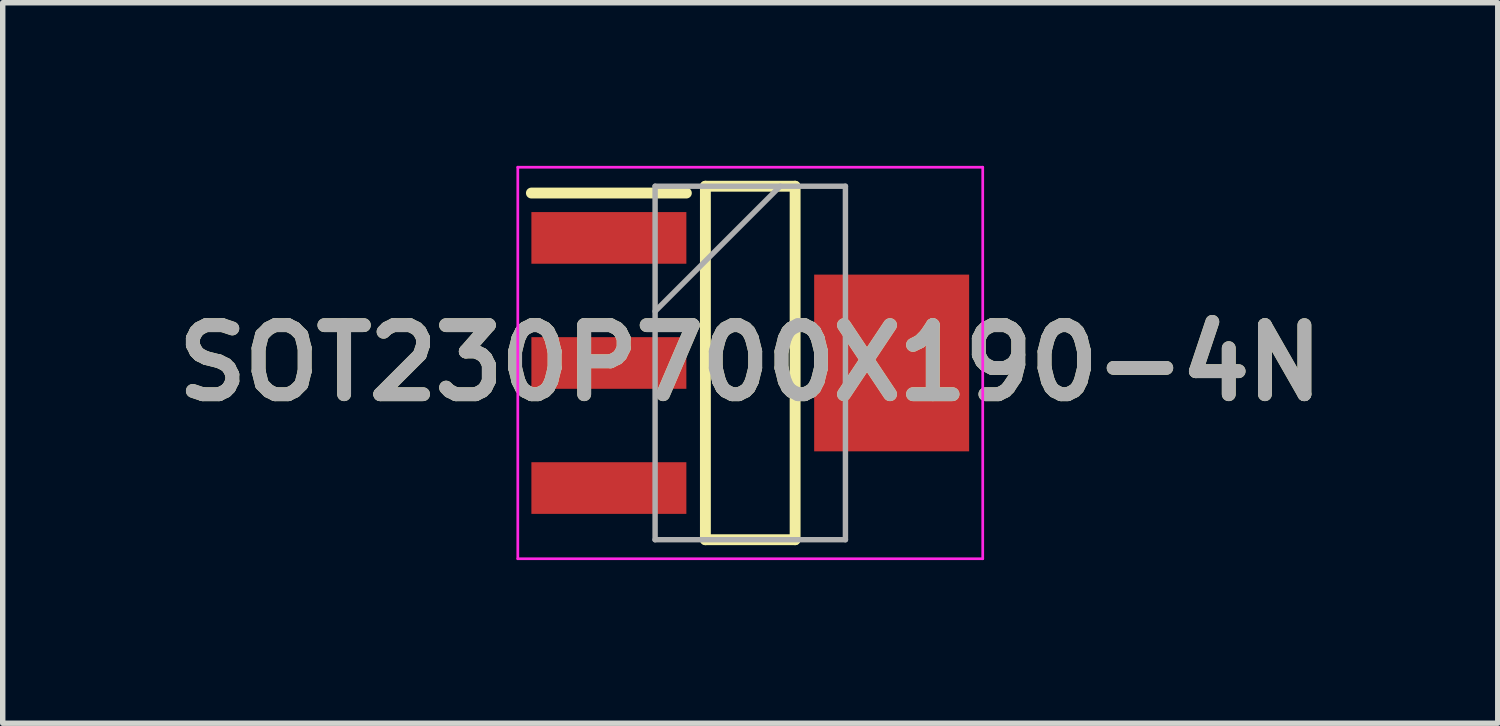
<source format=kicad_pcb>
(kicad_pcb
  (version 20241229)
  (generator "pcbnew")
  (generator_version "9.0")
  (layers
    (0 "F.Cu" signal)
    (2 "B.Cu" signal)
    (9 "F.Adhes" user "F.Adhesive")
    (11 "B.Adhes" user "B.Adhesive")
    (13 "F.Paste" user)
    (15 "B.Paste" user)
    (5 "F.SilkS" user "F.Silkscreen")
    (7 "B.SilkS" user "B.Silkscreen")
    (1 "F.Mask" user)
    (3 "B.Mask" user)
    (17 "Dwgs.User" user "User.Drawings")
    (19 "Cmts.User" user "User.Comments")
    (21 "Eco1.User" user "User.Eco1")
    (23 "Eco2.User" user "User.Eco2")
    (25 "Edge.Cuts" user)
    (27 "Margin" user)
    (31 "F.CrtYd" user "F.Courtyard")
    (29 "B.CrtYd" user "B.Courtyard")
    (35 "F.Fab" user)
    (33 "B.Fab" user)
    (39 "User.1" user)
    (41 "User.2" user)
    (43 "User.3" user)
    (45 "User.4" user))
  (footprint "SOT230P700X190-4N"
    (layer "F.Cu")
    (at 10.747 3.625)
    (property "Reference" "SOT230P700X190-4N" (at 0 0 0) (layer "F.SilkS") (effects (font (size 1.27 1.27) (thickness 0.254))))
    (attr smd)
    (fp_line (start -4.025 -3.125) (end -1.175 -3.125) (stroke (width 0.2) (type solid)) (layer "F.SilkS"))
    (fp_line (start -0.825 -3.25) (end 0.825 -3.25) (stroke (width 0.2) (type solid)) (layer "F.SilkS"))
    (fp_line (start -0.825 3.25) (end -0.825 -3.25) (stroke (width 0.2) (type solid)) (layer "F.SilkS"))
    (fp_line (start 0.825 -3.25) (end 0.825 3.25) (stroke (width 0.2) (type solid)) (layer "F.SilkS"))
    (fp_line (start 0.825 3.25) (end -0.825 3.25) (stroke (width 0.2) (type solid)) (layer "F.SilkS"))
    (fp_line (start -4.275 -3.6) (end 4.275 -3.6) (stroke (width 0.05) (type solid)) (layer "F.CrtYd"))
    (fp_line (start -4.275 3.6) (end -4.275 -3.6) (stroke (width 0.05) (type solid)) (layer "F.CrtYd"))
    (fp_line (start 4.275 -3.6) (end 4.275 3.6) (stroke (width 0.05) (type solid)) (layer "F.CrtYd"))
    (fp_line (start 4.275 3.6) (end -4.275 3.6) (stroke (width 0.05) (type solid)) (layer "F.CrtYd"))
    (fp_line (start -1.75 -3.25) (end 1.75 -3.25) (stroke (width 0.1) (type solid)) (layer "F.Fab"))
    (fp_line (start -1.75 -0.95) (end 0.55 -3.25) (stroke (width 0.1) (type solid)) (layer "F.Fab"))
    (fp_line (start -1.75 3.25) (end -1.75 -3.25) (stroke (width 0.1) (type solid)) (layer "F.Fab"))
    (fp_line (start 1.75 -3.25) (end 1.75 3.25) (stroke (width 0.1) (type solid)) (layer "F.Fab"))
    (fp_line (start 1.75 3.25) (end -1.75 3.25) (stroke (width 0.1) (type solid)) (layer "F.Fab"))
    (fp_text user "${REFERENCE}" (at 0 0 0) (layer "F.Fab") (effects (font (size 1.27 1.27) (thickness 0.254))))
    (pad "1" smd rect (at -2.6 -2.3 90) (size 0.95 2.85) (layers "F.Cu" "F.Mask" "F.Paste"))
    (pad "2" smd rect (at -2.6 0 90) (size 0.95 2.85) (layers "F.Cu" "F.Mask" "F.Paste"))
    (pad "3" smd rect (at -2.6 2.3 90) (size 0.95 2.85) (layers "F.Cu" "F.Mask" "F.Paste"))
    (pad "4" smd rect (at 2.6 0) (size 2.85 3.25) (layers "F.Cu" "F.Mask" "F.Paste")))
  (gr_rect
    (start -3 -3)
    (end 24.493 10.25)
    (stroke (width 0.1) (type default))
    (fill no)
    (layer "Edge.Cuts")))
</source>
